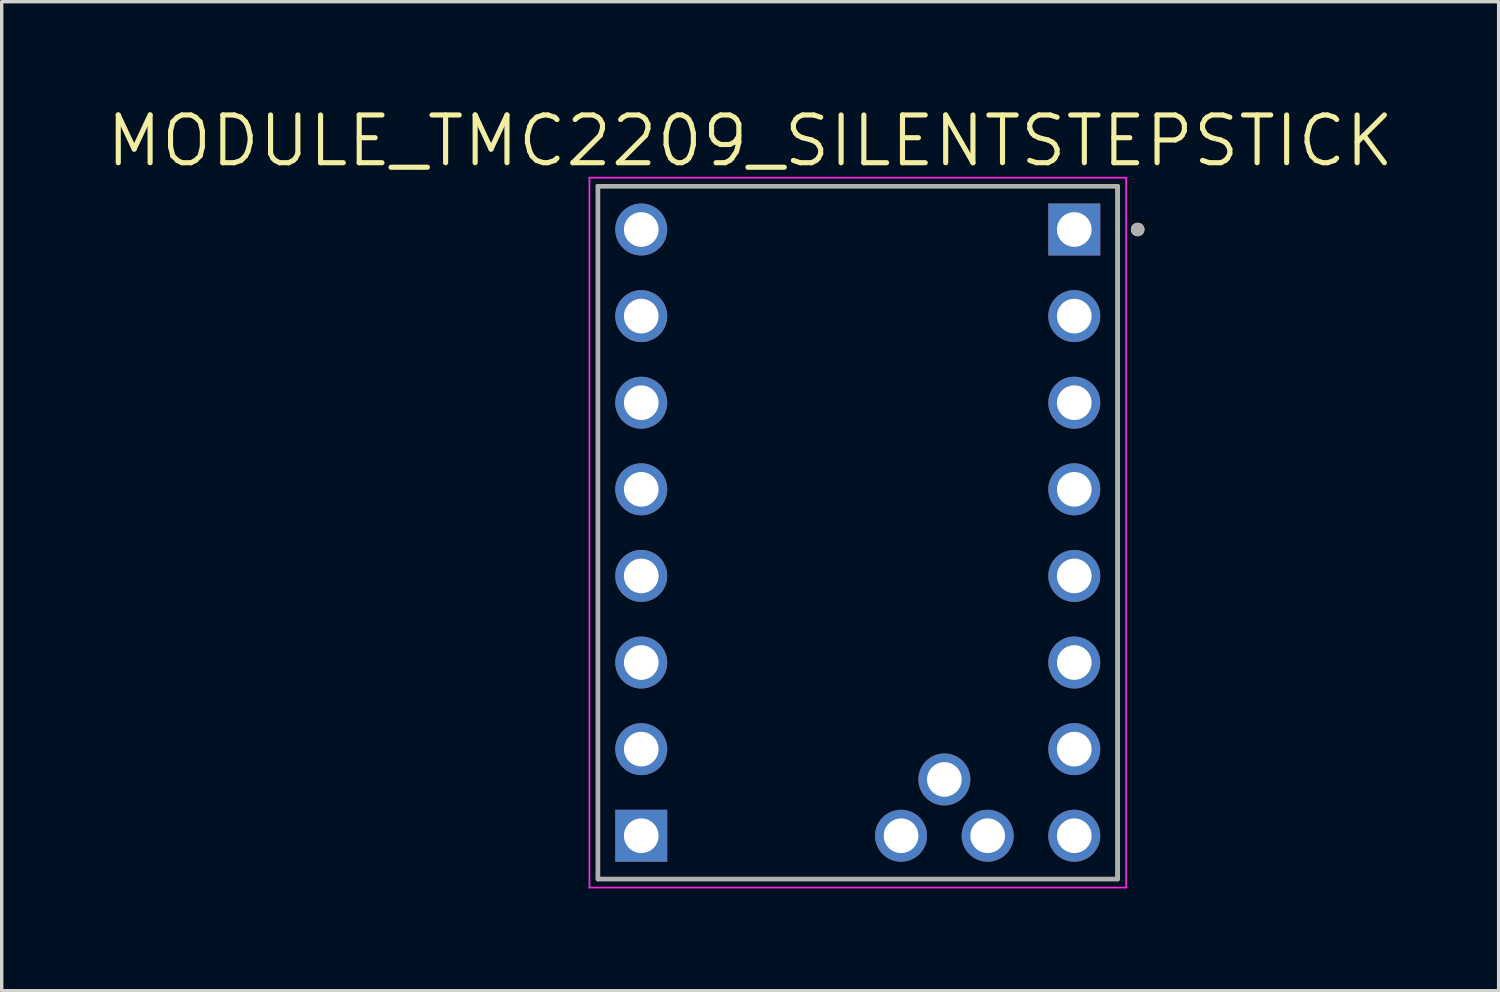
<source format=kicad_pcb>
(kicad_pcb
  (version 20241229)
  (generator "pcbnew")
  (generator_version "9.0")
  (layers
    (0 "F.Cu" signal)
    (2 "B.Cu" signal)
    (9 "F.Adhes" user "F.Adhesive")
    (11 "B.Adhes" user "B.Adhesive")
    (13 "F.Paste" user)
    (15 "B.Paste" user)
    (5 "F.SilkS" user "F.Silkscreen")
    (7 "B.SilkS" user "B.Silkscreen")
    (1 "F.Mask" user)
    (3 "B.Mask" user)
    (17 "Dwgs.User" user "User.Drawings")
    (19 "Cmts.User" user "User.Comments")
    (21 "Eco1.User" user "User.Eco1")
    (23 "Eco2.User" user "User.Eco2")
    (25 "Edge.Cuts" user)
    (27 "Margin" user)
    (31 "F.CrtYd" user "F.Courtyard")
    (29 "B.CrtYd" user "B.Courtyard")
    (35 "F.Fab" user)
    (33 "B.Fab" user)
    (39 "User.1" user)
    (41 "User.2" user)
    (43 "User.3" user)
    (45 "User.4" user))
  (footprint "MODULE_TMC2209_SILENTSTEPSTICK"
    (layer "F.Cu")
    (at 22.107 12.571)
    (property "Reference" "MODULE_TMC2209_SILENTSTEPSTICK" (at -3.155 -11.489 0) (layer "F.SilkS") (effects (font (size 1.4 1.4) (thickness 0.15))))
    (attr through_hole)
    (fp_line (start -7.62 -10.16) (end -7.62 10.16) (stroke (width 0.127) (type solid)) (layer "F.SilkS"))
    (fp_line (start -7.62 10.16) (end 7.62 10.16) (stroke (width 0.127) (type solid)) (layer "F.SilkS"))
    (fp_line (start 7.62 -10.16) (end -7.62 -10.16) (stroke (width 0.127) (type solid)) (layer "F.SilkS"))
    (fp_line (start 7.62 10.16) (end 7.62 -10.16) (stroke (width 0.127) (type solid)) (layer "F.SilkS"))
    (fp_circle (center 8.21 -8.89) (end 8.31 -8.89) (stroke (width 0.2) (type solid)) (fill no) (layer "F.SilkS"))
    (fp_line (start -7.87 -10.41) (end -7.87 10.41) (stroke (width 0.05) (type solid)) (layer "F.CrtYd"))
    (fp_line (start -7.87 -10.41) (end 7.87 -10.41) (stroke (width 0.05) (type solid)) (layer "F.CrtYd"))
    (fp_line (start -7.87 10.41) (end 7.87 10.41) (stroke (width 0.05) (type solid)) (layer "F.CrtYd"))
    (fp_line (start 7.87 -10.41) (end 7.87 10.41) (stroke (width 0.05) (type solid)) (layer "F.CrtYd"))
    (fp_line (start -7.62 -10.16) (end -7.62 10.16) (stroke (width 0.127) (type solid)) (layer "F.Fab"))
    (fp_line (start -7.62 10.16) (end 7.62 10.16) (stroke (width 0.127) (type solid)) (layer "F.Fab"))
    (fp_line (start 7.62 -10.16) (end -7.62 -10.16) (stroke (width 0.127) (type solid)) (layer "F.Fab"))
    (fp_line (start 7.62 10.16) (end 7.62 -10.16) (stroke (width 0.127) (type solid)) (layer "F.Fab"))
    (fp_circle (center 8.21 -8.89) (end 8.31 -8.89) (stroke (width 0.2) (type solid)) (fill no) (layer "F.Fab"))
    (pad "JP1_1" thru_hole rect (at 6.35 -8.89) (size 1.524 1.524) (drill 1.016) (layers "*.Cu" "*.Mask"))
    (pad "JP1_2" thru_hole circle (at 6.35 -6.35) (size 1.524 1.524) (drill 1.016) (layers "*.Cu" "*.Mask"))
    (pad "JP1_3" thru_hole circle (at 6.35 -3.81) (size 1.524 1.524) (drill 1.016) (layers "*.Cu" "*.Mask"))
    (pad "JP1_4" thru_hole circle (at 6.35 -1.27) (size 1.524 1.524) (drill 1.016) (layers "*.Cu" "*.Mask"))
    (pad "JP1_5" thru_hole circle (at 6.35 1.27) (size 1.524 1.524) (drill 1.016) (layers "*.Cu" "*.Mask"))
    (pad "JP1_6" thru_hole circle (at 6.35 3.81) (size 1.524 1.524) (drill 1.016) (layers "*.Cu" "*.Mask"))
    (pad "JP1_7" thru_hole circle (at 6.35 6.35) (size 1.524 1.524) (drill 1.016) (layers "*.Cu" "*.Mask"))
    (pad "JP1_8" thru_hole circle (at 6.35 8.89) (size 1.524 1.524) (drill 1.016) (layers "*.Cu" "*.Mask"))
    (pad "JP2_1" thru_hole rect (at -6.35 8.89) (size 1.524 1.524) (drill 1.016) (layers "*.Cu" "*.Mask"))
    (pad "JP2_2" thru_hole circle (at -6.35 6.35) (size 1.524 1.524) (drill 1.016) (layers "*.Cu" "*.Mask"))
    (pad "JP2_3" thru_hole circle (at -6.35 3.81) (size 1.524 1.524) (drill 1.016) (layers "*.Cu" "*.Mask"))
    (pad "JP2_4" thru_hole circle (at -6.35 1.27) (size 1.524 1.524) (drill 1.016) (layers "*.Cu" "*.Mask"))
    (pad "JP2_5" thru_hole circle (at -6.35 -1.27) (size 1.524 1.524) (drill 1.016) (layers "*.Cu" "*.Mask"))
    (pad "JP2_6" thru_hole circle (at -6.35 -3.81) (size 1.524 1.524) (drill 1.016) (layers "*.Cu" "*.Mask"))
    (pad "JP2_7" thru_hole circle (at -6.35 -6.35) (size 1.524 1.524) (drill 1.016) (layers "*.Cu" "*.Mask"))
    (pad "JP2_8" thru_hole circle (at -6.35 -8.89) (size 1.524 1.524) (drill 1.016) (layers "*.Cu" "*.Mask"))
    (pad "JP3_1" thru_hole circle (at 1.27 8.89) (size 1.524 1.524) (drill 1.016) (layers "*.Cu" "*.Mask"))
    (pad "JP3_2" thru_hole circle (at 3.81 8.89) (size 1.524 1.524) (drill 1.016) (layers "*.Cu" "*.Mask"))
    (pad "VREF" thru_hole circle (at 2.54 7.239) (size 1.524 1.524) (drill 1.016) (layers "*.Cu" "*.Mask")))
  (gr_rect
    (start -3 -3)
    (end 40.903 26.006)
    (stroke (width 0.1) (type default))
    (fill no)
    (layer "Edge.Cuts")))
</source>
